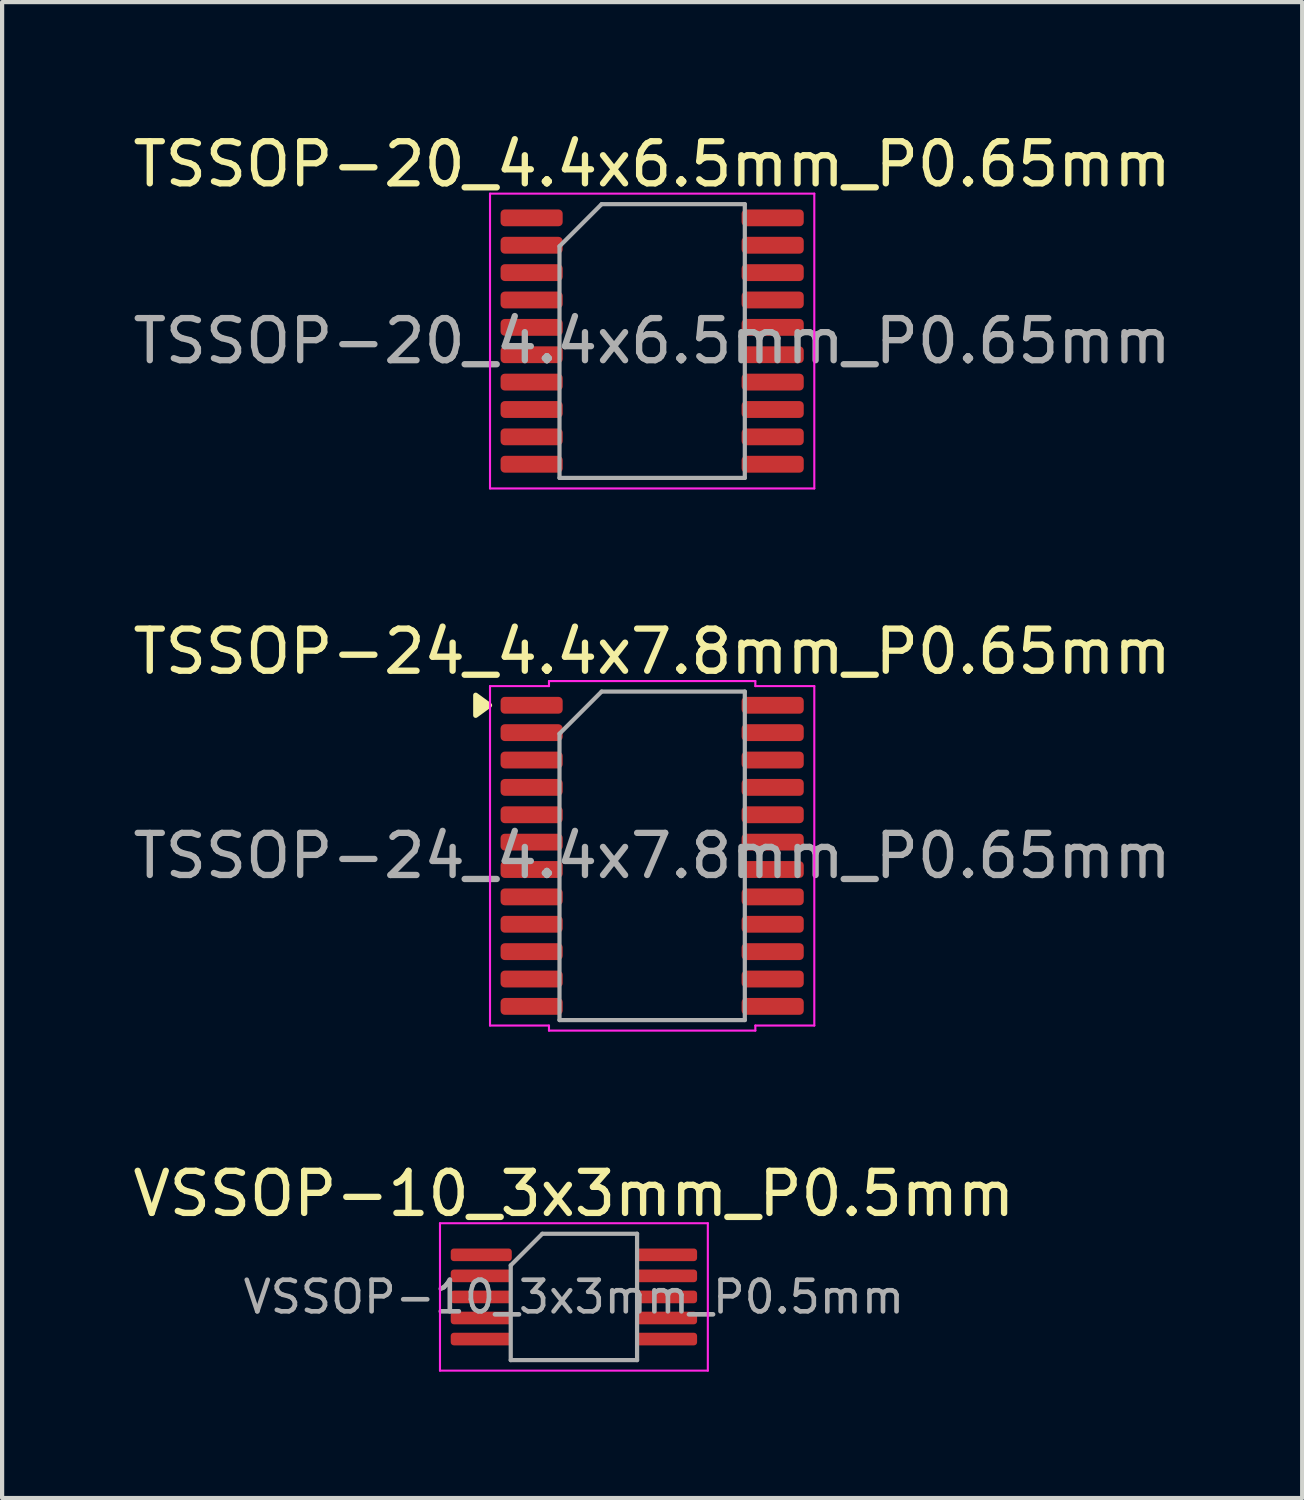
<source format=kicad_pcb>
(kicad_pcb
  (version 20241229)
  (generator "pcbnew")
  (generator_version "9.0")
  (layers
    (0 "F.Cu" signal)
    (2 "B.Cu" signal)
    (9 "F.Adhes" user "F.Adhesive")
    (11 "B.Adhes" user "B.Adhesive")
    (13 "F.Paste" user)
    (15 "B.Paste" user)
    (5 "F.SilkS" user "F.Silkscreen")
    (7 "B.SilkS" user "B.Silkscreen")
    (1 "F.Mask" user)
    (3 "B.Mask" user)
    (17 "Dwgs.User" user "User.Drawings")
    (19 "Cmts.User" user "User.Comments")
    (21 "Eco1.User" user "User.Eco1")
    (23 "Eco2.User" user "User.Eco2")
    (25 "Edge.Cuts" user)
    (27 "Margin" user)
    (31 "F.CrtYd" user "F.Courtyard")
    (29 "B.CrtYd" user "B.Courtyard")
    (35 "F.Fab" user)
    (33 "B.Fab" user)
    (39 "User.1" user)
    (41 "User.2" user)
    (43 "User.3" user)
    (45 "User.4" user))
  (footprint "TSSOP-20_4.4x6.5mm_P0.65mm"
    (layer "F.Cu")
    (at 12.435 5.048)
    (property "Reference" "TSSOP-20_4.4x6.5mm_P0.65mm" (at 0 -4.2 0) (layer "F.SilkS") (effects (font (size 1 1) (thickness 0.15))))
    (attr smd)
    (fp_line (start -3.85 -3.5) (end -3.85 3.5) (stroke (width 0.05) (type solid)) (layer "F.CrtYd"))
    (fp_line (start -3.85 3.5) (end 3.85 3.5) (stroke (width 0.05) (type solid)) (layer "F.CrtYd"))
    (fp_line (start 3.85 -3.5) (end -3.85 -3.5) (stroke (width 0.05) (type solid)) (layer "F.CrtYd"))
    (fp_line (start 3.85 3.5) (end 3.85 -3.5) (stroke (width 0.05) (type solid)) (layer "F.CrtYd"))
    (fp_line (start -2.2 -2.25) (end -1.2 -3.25) (stroke (width 0.1) (type solid)) (layer "F.Fab"))
    (fp_line (start -2.2 3.25) (end -2.2 -2.25) (stroke (width 0.1) (type solid)) (layer "F.Fab"))
    (fp_line (start -1.2 -3.25) (end 2.2 -3.25) (stroke (width 0.1) (type solid)) (layer "F.Fab"))
    (fp_line (start 2.2 -3.25) (end 2.2 3.25) (stroke (width 0.1) (type solid)) (layer "F.Fab"))
    (fp_line (start 2.2 3.25) (end -2.2 3.25) (stroke (width 0.1) (type solid)) (layer "F.Fab"))
    (fp_text user "${REFERENCE}" (at 0 0 0) (layer "F.Fab") (effects (font (size 1 1) (thickness 0.15))))
    (pad "1" smd roundrect (at -2.862 -2.925) (size 1.475 0.4) (layers "F.Cu" "F.Mask" "F.Paste") (roundrect_rratio 0.25))
    (pad "2" smd roundrect (at -2.862 -2.275) (size 1.475 0.4) (layers "F.Cu" "F.Mask" "F.Paste") (roundrect_rratio 0.25))
    (pad "3" smd roundrect (at -2.862 -1.625) (size 1.475 0.4) (layers "F.Cu" "F.Mask" "F.Paste") (roundrect_rratio 0.25))
    (pad "4" smd roundrect (at -2.862 -0.975) (size 1.475 0.4) (layers "F.Cu" "F.Mask" "F.Paste") (roundrect_rratio 0.25))
    (pad "5" smd roundrect (at -2.862 -0.325) (size 1.475 0.4) (layers "F.Cu" "F.Mask" "F.Paste") (roundrect_rratio 0.25))
    (pad "6" smd roundrect (at -2.862 0.325) (size 1.475 0.4) (layers "F.Cu" "F.Mask" "F.Paste") (roundrect_rratio 0.25))
    (pad "7" smd roundrect (at -2.862 0.975) (size 1.475 0.4) (layers "F.Cu" "F.Mask" "F.Paste") (roundrect_rratio 0.25))
    (pad "8" smd roundrect (at -2.862 1.625) (size 1.475 0.4) (layers "F.Cu" "F.Mask" "F.Paste") (roundrect_rratio 0.25))
    (pad "9" smd roundrect (at -2.862 2.275) (size 1.475 0.4) (layers "F.Cu" "F.Mask" "F.Paste") (roundrect_rratio 0.25))
    (pad "10" smd roundrect (at -2.862 2.925) (size 1.475 0.4) (layers "F.Cu" "F.Mask" "F.Paste") (roundrect_rratio 0.25))
    (pad "11" smd roundrect (at 2.862 2.925) (size 1.475 0.4) (layers "F.Cu" "F.Mask" "F.Paste") (roundrect_rratio 0.25))
    (pad "12" smd roundrect (at 2.862 2.275) (size 1.475 0.4) (layers "F.Cu" "F.Mask" "F.Paste") (roundrect_rratio 0.25))
    (pad "13" smd roundrect (at 2.862 1.625) (size 1.475 0.4) (layers "F.Cu" "F.Mask" "F.Paste") (roundrect_rratio 0.25))
    (pad "14" smd roundrect (at 2.862 0.975) (size 1.475 0.4) (layers "F.Cu" "F.Mask" "F.Paste") (roundrect_rratio 0.25))
    (pad "15" smd roundrect (at 2.862 0.325) (size 1.475 0.4) (layers "F.Cu" "F.Mask" "F.Paste") (roundrect_rratio 0.25))
    (pad "16" smd roundrect (at 2.862 -0.325) (size 1.475 0.4) (layers "F.Cu" "F.Mask" "F.Paste") (roundrect_rratio 0.25))
    (pad "17" smd roundrect (at 2.862 -0.975) (size 1.475 0.4) (layers "F.Cu" "F.Mask" "F.Paste") (roundrect_rratio 0.25))
    (pad "18" smd roundrect (at 2.862 -1.625) (size 1.475 0.4) (layers "F.Cu" "F.Mask" "F.Paste") (roundrect_rratio 0.25))
    (pad "19" smd roundrect (at 2.862 -2.275) (size 1.475 0.4) (layers "F.Cu" "F.Mask" "F.Paste") (roundrect_rratio 0.25))
    (pad "20" smd roundrect (at 2.862 -2.925) (size 1.475 0.4) (layers "F.Cu" "F.Mask" "F.Paste") (roundrect_rratio 0.25)))
  (footprint "TSSOP-24_4.4x7.8mm_P0.65mm"
    (layer "F.Cu")
    (at 12.435 17.271)
    (property "Reference" "TSSOP-24_4.4x7.8mm_P0.65mm" (at 0 -4.85 0) (layer "F.SilkS") (effects (font (size 1 1) (thickness 0.15))))
    (attr smd)
    (fp_poly (pts (xy -3.86 -3.575) (xy -4.19 -3.335) (xy -4.19 -3.815)) (stroke (width 0.12) (type solid)) (fill yes) (layer "F.SilkS"))
    (fp_line (start -3.85 -4.03) (end -2.45 -4.03) (stroke (width 0.05) (type solid)) (layer "F.CrtYd"))
    (fp_line (start -3.85 4.03) (end -3.85 -4.03) (stroke (width 0.05) (type solid)) (layer "F.CrtYd"))
    (fp_line (start -2.45 -4.15) (end 2.45 -4.15) (stroke (width 0.05) (type solid)) (layer "F.CrtYd"))
    (fp_line (start -2.45 -4.03) (end -2.45 -4.15) (stroke (width 0.05) (type solid)) (layer "F.CrtYd"))
    (fp_line (start -2.45 4.03) (end -3.85 4.03) (stroke (width 0.05) (type solid)) (layer "F.CrtYd"))
    (fp_line (start -2.45 4.15) (end -2.45 4.03) (stroke (width 0.05) (type solid)) (layer "F.CrtYd"))
    (fp_line (start 2.45 -4.15) (end 2.45 -4.03) (stroke (width 0.05) (type solid)) (layer "F.CrtYd"))
    (fp_line (start 2.45 -4.03) (end 3.85 -4.03) (stroke (width 0.05) (type solid)) (layer "F.CrtYd"))
    (fp_line (start 2.45 4.03) (end 2.45 4.15) (stroke (width 0.05) (type solid)) (layer "F.CrtYd"))
    (fp_line (start 2.45 4.15) (end -2.45 4.15) (stroke (width 0.05) (type solid)) (layer "F.CrtYd"))
    (fp_line (start 3.85 -4.03) (end 3.85 4.03) (stroke (width 0.05) (type solid)) (layer "F.CrtYd"))
    (fp_line (start 3.85 4.03) (end 2.45 4.03) (stroke (width 0.05) (type solid)) (layer "F.CrtYd"))
    (fp_line (start -2.2 -2.9) (end -1.2 -3.9) (stroke (width 0.1) (type solid)) (layer "F.Fab"))
    (fp_line (start -2.2 3.9) (end -2.2 -2.9) (stroke (width 0.1) (type solid)) (layer "F.Fab"))
    (fp_line (start -1.2 -3.9) (end 2.2 -3.9) (stroke (width 0.1) (type solid)) (layer "F.Fab"))
    (fp_line (start 2.2 -3.9) (end 2.2 3.9) (stroke (width 0.1) (type solid)) (layer "F.Fab"))
    (fp_line (start 2.2 3.9) (end -2.2 3.9) (stroke (width 0.1) (type solid)) (layer "F.Fab"))
    (fp_text user "${REFERENCE}" (at 0 0 0) (layer "F.Fab") (effects (font (size 1 1) (thickness 0.15))))
    (pad "1" smd roundrect (at -2.862 -3.575) (size 1.475 0.4) (layers "F.Cu" "F.Mask" "F.Paste") (roundrect_rratio 0.25))
    (pad "2" smd roundrect (at -2.862 -2.925) (size 1.475 0.4) (layers "F.Cu" "F.Mask" "F.Paste") (roundrect_rratio 0.25))
    (pad "3" smd roundrect (at -2.862 -2.275) (size 1.475 0.4) (layers "F.Cu" "F.Mask" "F.Paste") (roundrect_rratio 0.25))
    (pad "4" smd roundrect (at -2.862 -1.625) (size 1.475 0.4) (layers "F.Cu" "F.Mask" "F.Paste") (roundrect_rratio 0.25))
    (pad "5" smd roundrect (at -2.862 -0.975) (size 1.475 0.4) (layers "F.Cu" "F.Mask" "F.Paste") (roundrect_rratio 0.25))
    (pad "6" smd roundrect (at -2.862 -0.325) (size 1.475 0.4) (layers "F.Cu" "F.Mask" "F.Paste") (roundrect_rratio 0.25))
    (pad "7" smd roundrect (at -2.862 0.325) (size 1.475 0.4) (layers "F.Cu" "F.Mask" "F.Paste") (roundrect_rratio 0.25))
    (pad "8" smd roundrect (at -2.862 0.975) (size 1.475 0.4) (layers "F.Cu" "F.Mask" "F.Paste") (roundrect_rratio 0.25))
    (pad "9" smd roundrect (at -2.862 1.625) (size 1.475 0.4) (layers "F.Cu" "F.Mask" "F.Paste") (roundrect_rratio 0.25))
    (pad "10" smd roundrect (at -2.862 2.275) (size 1.475 0.4) (layers "F.Cu" "F.Mask" "F.Paste") (roundrect_rratio 0.25))
    (pad "11" smd roundrect (at -2.862 2.925) (size 1.475 0.4) (layers "F.Cu" "F.Mask" "F.Paste") (roundrect_rratio 0.25))
    (pad "12" smd roundrect (at -2.862 3.575) (size 1.475 0.4) (layers "F.Cu" "F.Mask" "F.Paste") (roundrect_rratio 0.25))
    (pad "13" smd roundrect (at 2.862 3.575) (size 1.475 0.4) (layers "F.Cu" "F.Mask" "F.Paste") (roundrect_rratio 0.25))
    (pad "14" smd roundrect (at 2.862 2.925) (size 1.475 0.4) (layers "F.Cu" "F.Mask" "F.Paste") (roundrect_rratio 0.25))
    (pad "15" smd roundrect (at 2.862 2.275) (size 1.475 0.4) (layers "F.Cu" "F.Mask" "F.Paste") (roundrect_rratio 0.25))
    (pad "16" smd roundrect (at 2.862 1.625) (size 1.475 0.4) (layers "F.Cu" "F.Mask" "F.Paste") (roundrect_rratio 0.25))
    (pad "17" smd roundrect (at 2.862 0.975) (size 1.475 0.4) (layers "F.Cu" "F.Mask" "F.Paste") (roundrect_rratio 0.25))
    (pad "18" smd roundrect (at 2.862 0.325) (size 1.475 0.4) (layers "F.Cu" "F.Mask" "F.Paste") (roundrect_rratio 0.25))
    (pad "19" smd roundrect (at 2.862 -0.325) (size 1.475 0.4) (layers "F.Cu" "F.Mask" "F.Paste") (roundrect_rratio 0.25))
    (pad "20" smd roundrect (at 2.862 -0.975) (size 1.475 0.4) (layers "F.Cu" "F.Mask" "F.Paste") (roundrect_rratio 0.25))
    (pad "21" smd roundrect (at 2.862 -1.625) (size 1.475 0.4) (layers "F.Cu" "F.Mask" "F.Paste") (roundrect_rratio 0.25))
    (pad "22" smd roundrect (at 2.862 -2.275) (size 1.475 0.4) (layers "F.Cu" "F.Mask" "F.Paste") (roundrect_rratio 0.25))
    (pad "23" smd roundrect (at 2.862 -2.925) (size 1.475 0.4) (layers "F.Cu" "F.Mask" "F.Paste") (roundrect_rratio 0.25))
    (pad "24" smd roundrect (at 2.862 -3.575) (size 1.475 0.4) (layers "F.Cu" "F.Mask" "F.Paste") (roundrect_rratio 0.25)))
  (footprint "VSSOP-10_3x3mm_P0.5mm"
    (layer "F.Cu")
    (at 10.577 27.745)
    (property "Reference" "VSSOP-10_3x3mm_P0.5mm" (at 0 -2.45 0) (layer "F.SilkS") (effects (font (size 1 1) (thickness 0.15))))
    (attr smd)
    (fp_line (start -3.18 -1.75) (end -3.18 1.75) (stroke (width 0.05) (type solid)) (layer "F.CrtYd"))
    (fp_line (start -3.18 1.75) (end 3.18 1.75) (stroke (width 0.05) (type solid)) (layer "F.CrtYd"))
    (fp_line (start 3.18 -1.75) (end -3.18 -1.75) (stroke (width 0.05) (type solid)) (layer "F.CrtYd"))
    (fp_line (start 3.18 1.75) (end 3.18 -1.75) (stroke (width 0.05) (type solid)) (layer "F.CrtYd"))
    (fp_line (start -1.5 -0.75) (end -0.75 -1.5) (stroke (width 0.1) (type solid)) (layer "F.Fab"))
    (fp_line (start -1.5 1.5) (end -1.5 -0.75) (stroke (width 0.1) (type solid)) (layer "F.Fab"))
    (fp_line (start -0.75 -1.5) (end 1.5 -1.5) (stroke (width 0.1) (type solid)) (layer "F.Fab"))
    (fp_line (start 1.5 -1.5) (end 1.5 1.5) (stroke (width 0.1) (type solid)) (layer "F.Fab"))
    (fp_line (start 1.5 1.5) (end -1.5 1.5) (stroke (width 0.1) (type solid)) (layer "F.Fab"))
    (fp_text user "${REFERENCE}" (at 0 0 0) (layer "F.Fab") (effects (font (size 0.75 0.75) (thickness 0.11))))
    (pad "1" smd roundrect (at -2.2 -1) (size 1.45 0.3) (layers "F.Cu" "F.Mask" "F.Paste") (roundrect_rratio 0.25))
    (pad "2" smd roundrect (at -2.2 -0.5) (size 1.45 0.3) (layers "F.Cu" "F.Mask" "F.Paste") (roundrect_rratio 0.25))
    (pad "3" smd roundrect (at -2.2 0) (size 1.45 0.3) (layers "F.Cu" "F.Mask" "F.Paste") (roundrect_rratio 0.25))
    (pad "4" smd roundrect (at -2.2 0.5) (size 1.45 0.3) (layers "F.Cu" "F.Mask" "F.Paste") (roundrect_rratio 0.25))
    (pad "5" smd roundrect (at -2.2 1) (size 1.45 0.3) (layers "F.Cu" "F.Mask" "F.Paste") (roundrect_rratio 0.25))
    (pad "6" smd roundrect (at 2.2 1) (size 1.45 0.3) (layers "F.Cu" "F.Mask" "F.Paste") (roundrect_rratio 0.25))
    (pad "7" smd roundrect (at 2.2 0.5) (size 1.45 0.3) (layers "F.Cu" "F.Mask" "F.Paste") (roundrect_rratio 0.25))
    (pad "8" smd roundrect (at 2.2 0) (size 1.45 0.3) (layers "F.Cu" "F.Mask" "F.Paste") (roundrect_rratio 0.25))
    (pad "9" smd roundrect (at 2.2 -0.5) (size 1.45 0.3) (layers "F.Cu" "F.Mask" "F.Paste") (roundrect_rratio 0.25))
    (pad "10" smd roundrect (at 2.2 -1) (size 1.45 0.3) (layers "F.Cu" "F.Mask" "F.Paste") (roundrect_rratio 0.25)))
  (gr_rect
    (start -3 -3)
    (end 27.869 32.52)
    (stroke (width 0.1) (type default))
    (fill no)
    (layer "Edge.Cuts")))
</source>
